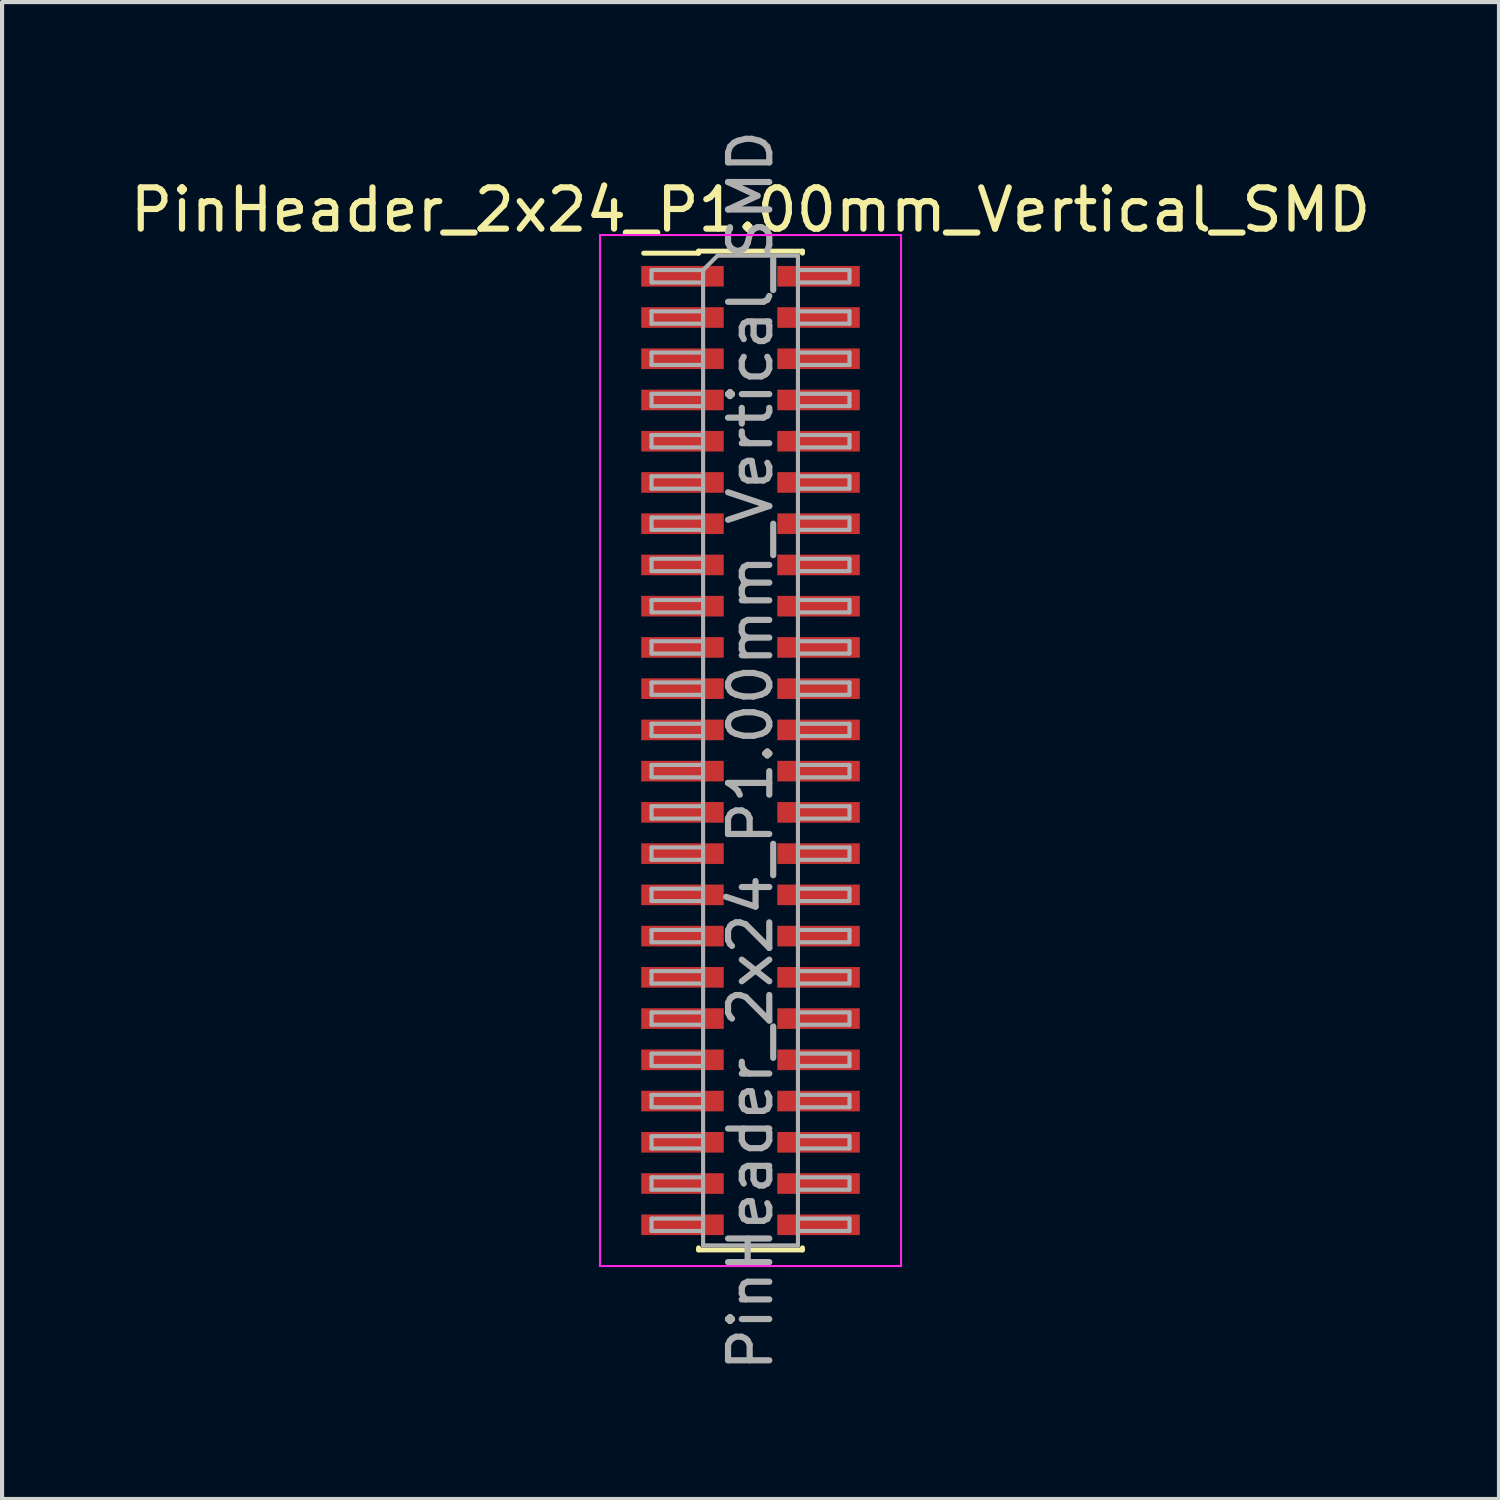
<source format=kicad_pcb>
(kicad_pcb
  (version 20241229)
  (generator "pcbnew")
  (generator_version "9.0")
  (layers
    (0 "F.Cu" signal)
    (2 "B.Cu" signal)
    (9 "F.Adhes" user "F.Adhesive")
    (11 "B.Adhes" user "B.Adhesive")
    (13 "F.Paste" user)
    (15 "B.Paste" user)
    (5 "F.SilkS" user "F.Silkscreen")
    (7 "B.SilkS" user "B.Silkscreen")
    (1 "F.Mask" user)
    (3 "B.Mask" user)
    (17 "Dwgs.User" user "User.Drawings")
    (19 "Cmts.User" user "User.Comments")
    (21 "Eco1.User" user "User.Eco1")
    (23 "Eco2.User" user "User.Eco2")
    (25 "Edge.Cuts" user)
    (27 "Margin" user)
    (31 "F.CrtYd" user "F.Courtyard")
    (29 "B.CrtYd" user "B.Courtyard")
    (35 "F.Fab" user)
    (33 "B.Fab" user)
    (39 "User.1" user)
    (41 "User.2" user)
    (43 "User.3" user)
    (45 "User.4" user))
  (footprint "PinHeader_2x24_P1.00mm_Vertical_SMD"
    (layer "F.Cu")
    (at 15.149 15.149)
    (property "Reference" "PinHeader_2x24_P1.00mm_Vertical_SMD" (at 0 -13.11 0) (layer "F.SilkS") (effects (font (size 1 1) (thickness 0.15))))
    (attr smd)
    (fp_line (start -2.59 -12.06) (end -1.26 -12.06) (stroke (width 0.12) (type solid)) (layer "F.SilkS"))
    (fp_line (start -1.26 -12.11) (end -1.26 -12.06) (stroke (width 0.12) (type solid)) (layer "F.SilkS"))
    (fp_line (start -1.26 -12.11) (end 1.26 -12.11) (stroke (width 0.12) (type solid)) (layer "F.SilkS"))
    (fp_line (start -1.26 12.06) (end -1.26 12.11) (stroke (width 0.12) (type solid)) (layer "F.SilkS"))
    (fp_line (start -1.26 12.11) (end 1.26 12.11) (stroke (width 0.12) (type solid)) (layer "F.SilkS"))
    (fp_line (start 1.26 -12.11) (end 1.26 -12.06) (stroke (width 0.12) (type solid)) (layer "F.SilkS"))
    (fp_line (start 1.26 12.06) (end 1.26 12.11) (stroke (width 0.12) (type solid)) (layer "F.SilkS"))
    (fp_line (start -3.65 -12.5) (end -3.65 12.5) (stroke (width 0.05) (type solid)) (layer "F.CrtYd"))
    (fp_line (start -3.65 12.5) (end 3.65 12.5) (stroke (width 0.05) (type solid)) (layer "F.CrtYd"))
    (fp_line (start 3.65 -12.5) (end -3.65 -12.5) (stroke (width 0.05) (type solid)) (layer "F.CrtYd"))
    (fp_line (start 3.65 12.5) (end 3.65 -12.5) (stroke (width 0.05) (type solid)) (layer "F.CrtYd"))
    (fp_line (start -2.4 -11.65) (end -2.4 -11.35) (stroke (width 0.1) (type solid)) (layer "F.Fab"))
    (fp_line (start -2.4 -11.35) (end -1.15 -11.35) (stroke (width 0.1) (type solid)) (layer "F.Fab"))
    (fp_line (start -2.4 -10.65) (end -2.4 -10.35) (stroke (width 0.1) (type solid)) (layer "F.Fab"))
    (fp_line (start -2.4 -10.35) (end -1.15 -10.35) (stroke (width 0.1) (type solid)) (layer "F.Fab"))
    (fp_line (start -2.4 -9.65) (end -2.4 -9.35) (stroke (width 0.1) (type solid)) (layer "F.Fab"))
    (fp_line (start -2.4 -9.35) (end -1.15 -9.35) (stroke (width 0.1) (type solid)) (layer "F.Fab"))
    (fp_line (start -2.4 -8.65) (end -2.4 -8.35) (stroke (width 0.1) (type solid)) (layer "F.Fab"))
    (fp_line (start -2.4 -8.35) (end -1.15 -8.35) (stroke (width 0.1) (type solid)) (layer "F.Fab"))
    (fp_line (start -2.4 -7.65) (end -2.4 -7.35) (stroke (width 0.1) (type solid)) (layer "F.Fab"))
    (fp_line (start -2.4 -7.35) (end -1.15 -7.35) (stroke (width 0.1) (type solid)) (layer "F.Fab"))
    (fp_line (start -2.4 -6.65) (end -2.4 -6.35) (stroke (width 0.1) (type solid)) (layer "F.Fab"))
    (fp_line (start -2.4 -6.35) (end -1.15 -6.35) (stroke (width 0.1) (type solid)) (layer "F.Fab"))
    (fp_line (start -2.4 -5.65) (end -2.4 -5.35) (stroke (width 0.1) (type solid)) (layer "F.Fab"))
    (fp_line (start -2.4 -5.35) (end -1.15 -5.35) (stroke (width 0.1) (type solid)) (layer "F.Fab"))
    (fp_line (start -2.4 -4.65) (end -2.4 -4.35) (stroke (width 0.1) (type solid)) (layer "F.Fab"))
    (fp_line (start -2.4 -4.35) (end -1.15 -4.35) (stroke (width 0.1) (type solid)) (layer "F.Fab"))
    (fp_line (start -2.4 -3.65) (end -2.4 -3.35) (stroke (width 0.1) (type solid)) (layer "F.Fab"))
    (fp_line (start -2.4 -3.35) (end -1.15 -3.35) (stroke (width 0.1) (type solid)) (layer "F.Fab"))
    (fp_line (start -2.4 -2.65) (end -2.4 -2.35) (stroke (width 0.1) (type solid)) (layer "F.Fab"))
    (fp_line (start -2.4 -2.35) (end -1.15 -2.35) (stroke (width 0.1) (type solid)) (layer "F.Fab"))
    (fp_line (start -2.4 -1.65) (end -2.4 -1.35) (stroke (width 0.1) (type solid)) (layer "F.Fab"))
    (fp_line (start -2.4 -1.35) (end -1.15 -1.35) (stroke (width 0.1) (type solid)) (layer "F.Fab"))
    (fp_line (start -2.4 -0.65) (end -2.4 -0.35) (stroke (width 0.1) (type solid)) (layer "F.Fab"))
    (fp_line (start -2.4 -0.35) (end -1.15 -0.35) (stroke (width 0.1) (type solid)) (layer "F.Fab"))
    (fp_line (start -2.4 0.35) (end -2.4 0.65) (stroke (width 0.1) (type solid)) (layer "F.Fab"))
    (fp_line (start -2.4 0.65) (end -1.15 0.65) (stroke (width 0.1) (type solid)) (layer "F.Fab"))
    (fp_line (start -2.4 1.35) (end -2.4 1.65) (stroke (width 0.1) (type solid)) (layer "F.Fab"))
    (fp_line (start -2.4 1.65) (end -1.15 1.65) (stroke (width 0.1) (type solid)) (layer "F.Fab"))
    (fp_line (start -2.4 2.35) (end -2.4 2.65) (stroke (width 0.1) (type solid)) (layer "F.Fab"))
    (fp_line (start -2.4 2.65) (end -1.15 2.65) (stroke (width 0.1) (type solid)) (layer "F.Fab"))
    (fp_line (start -2.4 3.35) (end -2.4 3.65) (stroke (width 0.1) (type solid)) (layer "F.Fab"))
    (fp_line (start -2.4 3.65) (end -1.15 3.65) (stroke (width 0.1) (type solid)) (layer "F.Fab"))
    (fp_line (start -2.4 4.35) (end -2.4 4.65) (stroke (width 0.1) (type solid)) (layer "F.Fab"))
    (fp_line (start -2.4 4.65) (end -1.15 4.65) (stroke (width 0.1) (type solid)) (layer "F.Fab"))
    (fp_line (start -2.4 5.35) (end -2.4 5.65) (stroke (width 0.1) (type solid)) (layer "F.Fab"))
    (fp_line (start -2.4 5.65) (end -1.15 5.65) (stroke (width 0.1) (type solid)) (layer "F.Fab"))
    (fp_line (start -2.4 6.35) (end -2.4 6.65) (stroke (width 0.1) (type solid)) (layer "F.Fab"))
    (fp_line (start -2.4 6.65) (end -1.15 6.65) (stroke (width 0.1) (type solid)) (layer "F.Fab"))
    (fp_line (start -2.4 7.35) (end -2.4 7.65) (stroke (width 0.1) (type solid)) (layer "F.Fab"))
    (fp_line (start -2.4 7.65) (end -1.15 7.65) (stroke (width 0.1) (type solid)) (layer "F.Fab"))
    (fp_line (start -2.4 8.35) (end -2.4 8.65) (stroke (width 0.1) (type solid)) (layer "F.Fab"))
    (fp_line (start -2.4 8.65) (end -1.15 8.65) (stroke (width 0.1) (type solid)) (layer "F.Fab"))
    (fp_line (start -2.4 9.35) (end -2.4 9.65) (stroke (width 0.1) (type solid)) (layer "F.Fab"))
    (fp_line (start -2.4 9.65) (end -1.15 9.65) (stroke (width 0.1) (type solid)) (layer "F.Fab"))
    (fp_line (start -2.4 10.35) (end -2.4 10.65) (stroke (width 0.1) (type solid)) (layer "F.Fab"))
    (fp_line (start -2.4 10.65) (end -1.15 10.65) (stroke (width 0.1) (type solid)) (layer "F.Fab"))
    (fp_line (start -2.4 11.35) (end -2.4 11.65) (stroke (width 0.1) (type solid)) (layer "F.Fab"))
    (fp_line (start -2.4 11.65) (end -1.15 11.65) (stroke (width 0.1) (type solid)) (layer "F.Fab"))
    (fp_line (start -1.15 -11.65) (end -2.4 -11.65) (stroke (width 0.1) (type solid)) (layer "F.Fab"))
    (fp_line (start -1.15 -11.65) (end -0.8 -12) (stroke (width 0.1) (type solid)) (layer "F.Fab"))
    (fp_line (start -1.15 -10.65) (end -2.4 -10.65) (stroke (width 0.1) (type solid)) (layer "F.Fab"))
    (fp_line (start -1.15 -9.65) (end -2.4 -9.65) (stroke (width 0.1) (type solid)) (layer "F.Fab"))
    (fp_line (start -1.15 -8.65) (end -2.4 -8.65) (stroke (width 0.1) (type solid)) (layer "F.Fab"))
    (fp_line (start -1.15 -7.65) (end -2.4 -7.65) (stroke (width 0.1) (type solid)) (layer "F.Fab"))
    (fp_line (start -1.15 -6.65) (end -2.4 -6.65) (stroke (width 0.1) (type solid)) (layer "F.Fab"))
    (fp_line (start -1.15 -5.65) (end -2.4 -5.65) (stroke (width 0.1) (type solid)) (layer "F.Fab"))
    (fp_line (start -1.15 -4.65) (end -2.4 -4.65) (stroke (width 0.1) (type solid)) (layer "F.Fab"))
    (fp_line (start -1.15 -3.65) (end -2.4 -3.65) (stroke (width 0.1) (type solid)) (layer "F.Fab"))
    (fp_line (start -1.15 -2.65) (end -2.4 -2.65) (stroke (width 0.1) (type solid)) (layer "F.Fab"))
    (fp_line (start -1.15 -1.65) (end -2.4 -1.65) (stroke (width 0.1) (type solid)) (layer "F.Fab"))
    (fp_line (start -1.15 -0.65) (end -2.4 -0.65) (stroke (width 0.1) (type solid)) (layer "F.Fab"))
    (fp_line (start -1.15 0.35) (end -2.4 0.35) (stroke (width 0.1) (type solid)) (layer "F.Fab"))
    (fp_line (start -1.15 1.35) (end -2.4 1.35) (stroke (width 0.1) (type solid)) (layer "F.Fab"))
    (fp_line (start -1.15 2.35) (end -2.4 2.35) (stroke (width 0.1) (type solid)) (layer "F.Fab"))
    (fp_line (start -1.15 3.35) (end -2.4 3.35) (stroke (width 0.1) (type solid)) (layer "F.Fab"))
    (fp_line (start -1.15 4.35) (end -2.4 4.35) (stroke (width 0.1) (type solid)) (layer "F.Fab"))
    (fp_line (start -1.15 5.35) (end -2.4 5.35) (stroke (width 0.1) (type solid)) (layer "F.Fab"))
    (fp_line (start -1.15 6.35) (end -2.4 6.35) (stroke (width 0.1) (type solid)) (layer "F.Fab"))
    (fp_line (start -1.15 7.35) (end -2.4 7.35) (stroke (width 0.1) (type solid)) (layer "F.Fab"))
    (fp_line (start -1.15 8.35) (end -2.4 8.35) (stroke (width 0.1) (type solid)) (layer "F.Fab"))
    (fp_line (start -1.15 9.35) (end -2.4 9.35) (stroke (width 0.1) (type solid)) (layer "F.Fab"))
    (fp_line (start -1.15 10.35) (end -2.4 10.35) (stroke (width 0.1) (type solid)) (layer "F.Fab"))
    (fp_line (start -1.15 11.35) (end -2.4 11.35) (stroke (width 0.1) (type solid)) (layer "F.Fab"))
    (fp_line (start -1.15 12) (end -1.15 -11.65) (stroke (width 0.1) (type solid)) (layer "F.Fab"))
    (fp_line (start -0.8 -12) (end 1.15 -12) (stroke (width 0.1) (type solid)) (layer "F.Fab"))
    (fp_line (start 1.15 -12) (end 1.15 12) (stroke (width 0.1) (type solid)) (layer "F.Fab"))
    (fp_line (start 1.15 -11.65) (end 2.4 -11.65) (stroke (width 0.1) (type solid)) (layer "F.Fab"))
    (fp_line (start 1.15 -10.65) (end 2.4 -10.65) (stroke (width 0.1) (type solid)) (layer "F.Fab"))
    (fp_line (start 1.15 -9.65) (end 2.4 -9.65) (stroke (width 0.1) (type solid)) (layer "F.Fab"))
    (fp_line (start 1.15 -8.65) (end 2.4 -8.65) (stroke (width 0.1) (type solid)) (layer "F.Fab"))
    (fp_line (start 1.15 -7.65) (end 2.4 -7.65) (stroke (width 0.1) (type solid)) (layer "F.Fab"))
    (fp_line (start 1.15 -6.65) (end 2.4 -6.65) (stroke (width 0.1) (type solid)) (layer "F.Fab"))
    (fp_line (start 1.15 -5.65) (end 2.4 -5.65) (stroke (width 0.1) (type solid)) (layer "F.Fab"))
    (fp_line (start 1.15 -4.65) (end 2.4 -4.65) (stroke (width 0.1) (type solid)) (layer "F.Fab"))
    (fp_line (start 1.15 -3.65) (end 2.4 -3.65) (stroke (width 0.1) (type solid)) (layer "F.Fab"))
    (fp_line (start 1.15 -2.65) (end 2.4 -2.65) (stroke (width 0.1) (type solid)) (layer "F.Fab"))
    (fp_line (start 1.15 -1.65) (end 2.4 -1.65) (stroke (width 0.1) (type solid)) (layer "F.Fab"))
    (fp_line (start 1.15 -0.65) (end 2.4 -0.65) (stroke (width 0.1) (type solid)) (layer "F.Fab"))
    (fp_line (start 1.15 0.35) (end 2.4 0.35) (stroke (width 0.1) (type solid)) (layer "F.Fab"))
    (fp_line (start 1.15 1.35) (end 2.4 1.35) (stroke (width 0.1) (type solid)) (layer "F.Fab"))
    (fp_line (start 1.15 2.35) (end 2.4 2.35) (stroke (width 0.1) (type solid)) (layer "F.Fab"))
    (fp_line (start 1.15 3.35) (end 2.4 3.35) (stroke (width 0.1) (type solid)) (layer "F.Fab"))
    (fp_line (start 1.15 4.35) (end 2.4 4.35) (stroke (width 0.1) (type solid)) (layer "F.Fab"))
    (fp_line (start 1.15 5.35) (end 2.4 5.35) (stroke (width 0.1) (type solid)) (layer "F.Fab"))
    (fp_line (start 1.15 6.35) (end 2.4 6.35) (stroke (width 0.1) (type solid)) (layer "F.Fab"))
    (fp_line (start 1.15 7.35) (end 2.4 7.35) (stroke (width 0.1) (type solid)) (layer "F.Fab"))
    (fp_line (start 1.15 8.35) (end 2.4 8.35) (stroke (width 0.1) (type solid)) (layer "F.Fab"))
    (fp_line (start 1.15 9.35) (end 2.4 9.35) (stroke (width 0.1) (type solid)) (layer "F.Fab"))
    (fp_line (start 1.15 10.35) (end 2.4 10.35) (stroke (width 0.1) (type solid)) (layer "F.Fab"))
    (fp_line (start 1.15 11.35) (end 2.4 11.35) (stroke (width 0.1) (type solid)) (layer "F.Fab"))
    (fp_line (start 1.15 12) (end -1.15 12) (stroke (width 0.1) (type solid)) (layer "F.Fab"))
    (fp_line (start 2.4 -11.65) (end 2.4 -11.35) (stroke (width 0.1) (type solid)) (layer "F.Fab"))
    (fp_line (start 2.4 -11.35) (end 1.15 -11.35) (stroke (width 0.1) (type solid)) (layer "F.Fab"))
    (fp_line (start 2.4 -10.65) (end 2.4 -10.35) (stroke (width 0.1) (type solid)) (layer "F.Fab"))
    (fp_line (start 2.4 -10.35) (end 1.15 -10.35) (stroke (width 0.1) (type solid)) (layer "F.Fab"))
    (fp_line (start 2.4 -9.65) (end 2.4 -9.35) (stroke (width 0.1) (type solid)) (layer "F.Fab"))
    (fp_line (start 2.4 -9.35) (end 1.15 -9.35) (stroke (width 0.1) (type solid)) (layer "F.Fab"))
    (fp_line (start 2.4 -8.65) (end 2.4 -8.35) (stroke (width 0.1) (type solid)) (layer "F.Fab"))
    (fp_line (start 2.4 -8.35) (end 1.15 -8.35) (stroke (width 0.1) (type solid)) (layer "F.Fab"))
    (fp_line (start 2.4 -7.65) (end 2.4 -7.35) (stroke (width 0.1) (type solid)) (layer "F.Fab"))
    (fp_line (start 2.4 -7.35) (end 1.15 -7.35) (stroke (width 0.1) (type solid)) (layer "F.Fab"))
    (fp_line (start 2.4 -6.65) (end 2.4 -6.35) (stroke (width 0.1) (type solid)) (layer "F.Fab"))
    (fp_line (start 2.4 -6.35) (end 1.15 -6.35) (stroke (width 0.1) (type solid)) (layer "F.Fab"))
    (fp_line (start 2.4 -5.65) (end 2.4 -5.35) (stroke (width 0.1) (type solid)) (layer "F.Fab"))
    (fp_line (start 2.4 -5.35) (end 1.15 -5.35) (stroke (width 0.1) (type solid)) (layer "F.Fab"))
    (fp_line (start 2.4 -4.65) (end 2.4 -4.35) (stroke (width 0.1) (type solid)) (layer "F.Fab"))
    (fp_line (start 2.4 -4.35) (end 1.15 -4.35) (stroke (width 0.1) (type solid)) (layer "F.Fab"))
    (fp_line (start 2.4 -3.65) (end 2.4 -3.35) (stroke (width 0.1) (type solid)) (layer "F.Fab"))
    (fp_line (start 2.4 -3.35) (end 1.15 -3.35) (stroke (width 0.1) (type solid)) (layer "F.Fab"))
    (fp_line (start 2.4 -2.65) (end 2.4 -2.35) (stroke (width 0.1) (type solid)) (layer "F.Fab"))
    (fp_line (start 2.4 -2.35) (end 1.15 -2.35) (stroke (width 0.1) (type solid)) (layer "F.Fab"))
    (fp_line (start 2.4 -1.65) (end 2.4 -1.35) (stroke (width 0.1) (type solid)) (layer "F.Fab"))
    (fp_line (start 2.4 -1.35) (end 1.15 -1.35) (stroke (width 0.1) (type solid)) (layer "F.Fab"))
    (fp_line (start 2.4 -0.65) (end 2.4 -0.35) (stroke (width 0.1) (type solid)) (layer "F.Fab"))
    (fp_line (start 2.4 -0.35) (end 1.15 -0.35) (stroke (width 0.1) (type solid)) (layer "F.Fab"))
    (fp_line (start 2.4 0.35) (end 2.4 0.65) (stroke (width 0.1) (type solid)) (layer "F.Fab"))
    (fp_line (start 2.4 0.65) (end 1.15 0.65) (stroke (width 0.1) (type solid)) (layer "F.Fab"))
    (fp_line (start 2.4 1.35) (end 2.4 1.65) (stroke (width 0.1) (type solid)) (layer "F.Fab"))
    (fp_line (start 2.4 1.65) (end 1.15 1.65) (stroke (width 0.1) (type solid)) (layer "F.Fab"))
    (fp_line (start 2.4 2.35) (end 2.4 2.65) (stroke (width 0.1) (type solid)) (layer "F.Fab"))
    (fp_line (start 2.4 2.65) (end 1.15 2.65) (stroke (width 0.1) (type solid)) (layer "F.Fab"))
    (fp_line (start 2.4 3.35) (end 2.4 3.65) (stroke (width 0.1) (type solid)) (layer "F.Fab"))
    (fp_line (start 2.4 3.65) (end 1.15 3.65) (stroke (width 0.1) (type solid)) (layer "F.Fab"))
    (fp_line (start 2.4 4.35) (end 2.4 4.65) (stroke (width 0.1) (type solid)) (layer "F.Fab"))
    (fp_line (start 2.4 4.65) (end 1.15 4.65) (stroke (width 0.1) (type solid)) (layer "F.Fab"))
    (fp_line (start 2.4 5.35) (end 2.4 5.65) (stroke (width 0.1) (type solid)) (layer "F.Fab"))
    (fp_line (start 2.4 5.65) (end 1.15 5.65) (stroke (width 0.1) (type solid)) (layer "F.Fab"))
    (fp_line (start 2.4 6.35) (end 2.4 6.65) (stroke (width 0.1) (type solid)) (layer "F.Fab"))
    (fp_line (start 2.4 6.65) (end 1.15 6.65) (stroke (width 0.1) (type solid)) (layer "F.Fab"))
    (fp_line (start 2.4 7.35) (end 2.4 7.65) (stroke (width 0.1) (type solid)) (layer "F.Fab"))
    (fp_line (start 2.4 7.65) (end 1.15 7.65) (stroke (width 0.1) (type solid)) (layer "F.Fab"))
    (fp_line (start 2.4 8.35) (end 2.4 8.65) (stroke (width 0.1) (type solid)) (layer "F.Fab"))
    (fp_line (start 2.4 8.65) (end 1.15 8.65) (stroke (width 0.1) (type solid)) (layer "F.Fab"))
    (fp_line (start 2.4 9.35) (end 2.4 9.65) (stroke (width 0.1) (type solid)) (layer "F.Fab"))
    (fp_line (start 2.4 9.65) (end 1.15 9.65) (stroke (width 0.1) (type solid)) (layer "F.Fab"))
    (fp_line (start 2.4 10.35) (end 2.4 10.65) (stroke (width 0.1) (type solid)) (layer "F.Fab"))
    (fp_line (start 2.4 10.65) (end 1.15 10.65) (stroke (width 0.1) (type solid)) (layer "F.Fab"))
    (fp_line (start 2.4 11.35) (end 2.4 11.65) (stroke (width 0.1) (type solid)) (layer "F.Fab"))
    (fp_line (start 2.4 11.65) (end 1.15 11.65) (stroke (width 0.1) (type solid)) (layer "F.Fab"))
    (fp_text user "${REFERENCE}" (at 0 0 90) (layer "F.Fab") (effects (font (size 1 1) (thickness 0.15))))
    (pad "1" smd rect (at -1.65 -11.5) (size 2 0.5) (layers "F.Cu" "F.Mask" "F.Paste"))
    (pad "2" smd rect (at 1.65 -11.5) (size 2 0.5) (layers "F.Cu" "F.Mask" "F.Paste"))
    (pad "3" smd rect (at -1.65 -10.5) (size 2 0.5) (layers "F.Cu" "F.Mask" "F.Paste"))
    (pad "4" smd rect (at 1.65 -10.5) (size 2 0.5) (layers "F.Cu" "F.Mask" "F.Paste"))
    (pad "5" smd rect (at -1.65 -9.5) (size 2 0.5) (layers "F.Cu" "F.Mask" "F.Paste"))
    (pad "6" smd rect (at 1.65 -9.5) (size 2 0.5) (layers "F.Cu" "F.Mask" "F.Paste"))
    (pad "7" smd rect (at -1.65 -8.5) (size 2 0.5) (layers "F.Cu" "F.Mask" "F.Paste"))
    (pad "8" smd rect (at 1.65 -8.5) (size 2 0.5) (layers "F.Cu" "F.Mask" "F.Paste"))
    (pad "9" smd rect (at -1.65 -7.5) (size 2 0.5) (layers "F.Cu" "F.Mask" "F.Paste"))
    (pad "10" smd rect (at 1.65 -7.5) (size 2 0.5) (layers "F.Cu" "F.Mask" "F.Paste"))
    (pad "11" smd rect (at -1.65 -6.5) (size 2 0.5) (layers "F.Cu" "F.Mask" "F.Paste"))
    (pad "12" smd rect (at 1.65 -6.5) (size 2 0.5) (layers "F.Cu" "F.Mask" "F.Paste"))
    (pad "13" smd rect (at -1.65 -5.5) (size 2 0.5) (layers "F.Cu" "F.Mask" "F.Paste"))
    (pad "14" smd rect (at 1.65 -5.5) (size 2 0.5) (layers "F.Cu" "F.Mask" "F.Paste"))
    (pad "15" smd rect (at -1.65 -4.5) (size 2 0.5) (layers "F.Cu" "F.Mask" "F.Paste"))
    (pad "16" smd rect (at 1.65 -4.5) (size 2 0.5) (layers "F.Cu" "F.Mask" "F.Paste"))
    (pad "17" smd rect (at -1.65 -3.5) (size 2 0.5) (layers "F.Cu" "F.Mask" "F.Paste"))
    (pad "18" smd rect (at 1.65 -3.5) (size 2 0.5) (layers "F.Cu" "F.Mask" "F.Paste"))
    (pad "19" smd rect (at -1.65 -2.5) (size 2 0.5) (layers "F.Cu" "F.Mask" "F.Paste"))
    (pad "20" smd rect (at 1.65 -2.5) (size 2 0.5) (layers "F.Cu" "F.Mask" "F.Paste"))
    (pad "21" smd rect (at -1.65 -1.5) (size 2 0.5) (layers "F.Cu" "F.Mask" "F.Paste"))
    (pad "22" smd rect (at 1.65 -1.5) (size 2 0.5) (layers "F.Cu" "F.Mask" "F.Paste"))
    (pad "23" smd rect (at -1.65 -0.5) (size 2 0.5) (layers "F.Cu" "F.Mask" "F.Paste"))
    (pad "24" smd rect (at 1.65 -0.5) (size 2 0.5) (layers "F.Cu" "F.Mask" "F.Paste"))
    (pad "25" smd rect (at -1.65 0.5) (size 2 0.5) (layers "F.Cu" "F.Mask" "F.Paste"))
    (pad "26" smd rect (at 1.65 0.5) (size 2 0.5) (layers "F.Cu" "F.Mask" "F.Paste"))
    (pad "27" smd rect (at -1.65 1.5) (size 2 0.5) (layers "F.Cu" "F.Mask" "F.Paste"))
    (pad "28" smd rect (at 1.65 1.5) (size 2 0.5) (layers "F.Cu" "F.Mask" "F.Paste"))
    (pad "29" smd rect (at -1.65 2.5) (size 2 0.5) (layers "F.Cu" "F.Mask" "F.Paste"))
    (pad "30" smd rect (at 1.65 2.5) (size 2 0.5) (layers "F.Cu" "F.Mask" "F.Paste"))
    (pad "31" smd rect (at -1.65 3.5) (size 2 0.5) (layers "F.Cu" "F.Mask" "F.Paste"))
    (pad "32" smd rect (at 1.65 3.5) (size 2 0.5) (layers "F.Cu" "F.Mask" "F.Paste"))
    (pad "33" smd rect (at -1.65 4.5) (size 2 0.5) (layers "F.Cu" "F.Mask" "F.Paste"))
    (pad "34" smd rect (at 1.65 4.5) (size 2 0.5) (layers "F.Cu" "F.Mask" "F.Paste"))
    (pad "35" smd rect (at -1.65 5.5) (size 2 0.5) (layers "F.Cu" "F.Mask" "F.Paste"))
    (pad "36" smd rect (at 1.65 5.5) (size 2 0.5) (layers "F.Cu" "F.Mask" "F.Paste"))
    (pad "37" smd rect (at -1.65 6.5) (size 2 0.5) (layers "F.Cu" "F.Mask" "F.Paste"))
    (pad "38" smd rect (at 1.65 6.5) (size 2 0.5) (layers "F.Cu" "F.Mask" "F.Paste"))
    (pad "39" smd rect (at -1.65 7.5) (size 2 0.5) (layers "F.Cu" "F.Mask" "F.Paste"))
    (pad "40" smd rect (at 1.65 7.5) (size 2 0.5) (layers "F.Cu" "F.Mask" "F.Paste"))
    (pad "41" smd rect (at -1.65 8.5) (size 2 0.5) (layers "F.Cu" "F.Mask" "F.Paste"))
    (pad "42" smd rect (at 1.65 8.5) (size 2 0.5) (layers "F.Cu" "F.Mask" "F.Paste"))
    (pad "43" smd rect (at -1.65 9.5) (size 2 0.5) (layers "F.Cu" "F.Mask" "F.Paste"))
    (pad "44" smd rect (at 1.65 9.5) (size 2 0.5) (layers "F.Cu" "F.Mask" "F.Paste"))
    (pad "45" smd rect (at -1.65 10.5) (size 2 0.5) (layers "F.Cu" "F.Mask" "F.Paste"))
    (pad "46" smd rect (at 1.65 10.5) (size 2 0.5) (layers "F.Cu" "F.Mask" "F.Paste"))
    (pad "47" smd rect (at -1.65 11.5) (size 2 0.5) (layers "F.Cu" "F.Mask" "F.Paste"))
    (pad "48" smd rect (at 1.65 11.5) (size 2 0.5) (layers "F.Cu" "F.Mask" "F.Paste")))
  (gr_rect
    (start -3 -3)
    (end 33.298 33.298)
    (stroke (width 0.1) (type default))
    (fill no)
    (layer "Edge.Cuts")))
</source>
